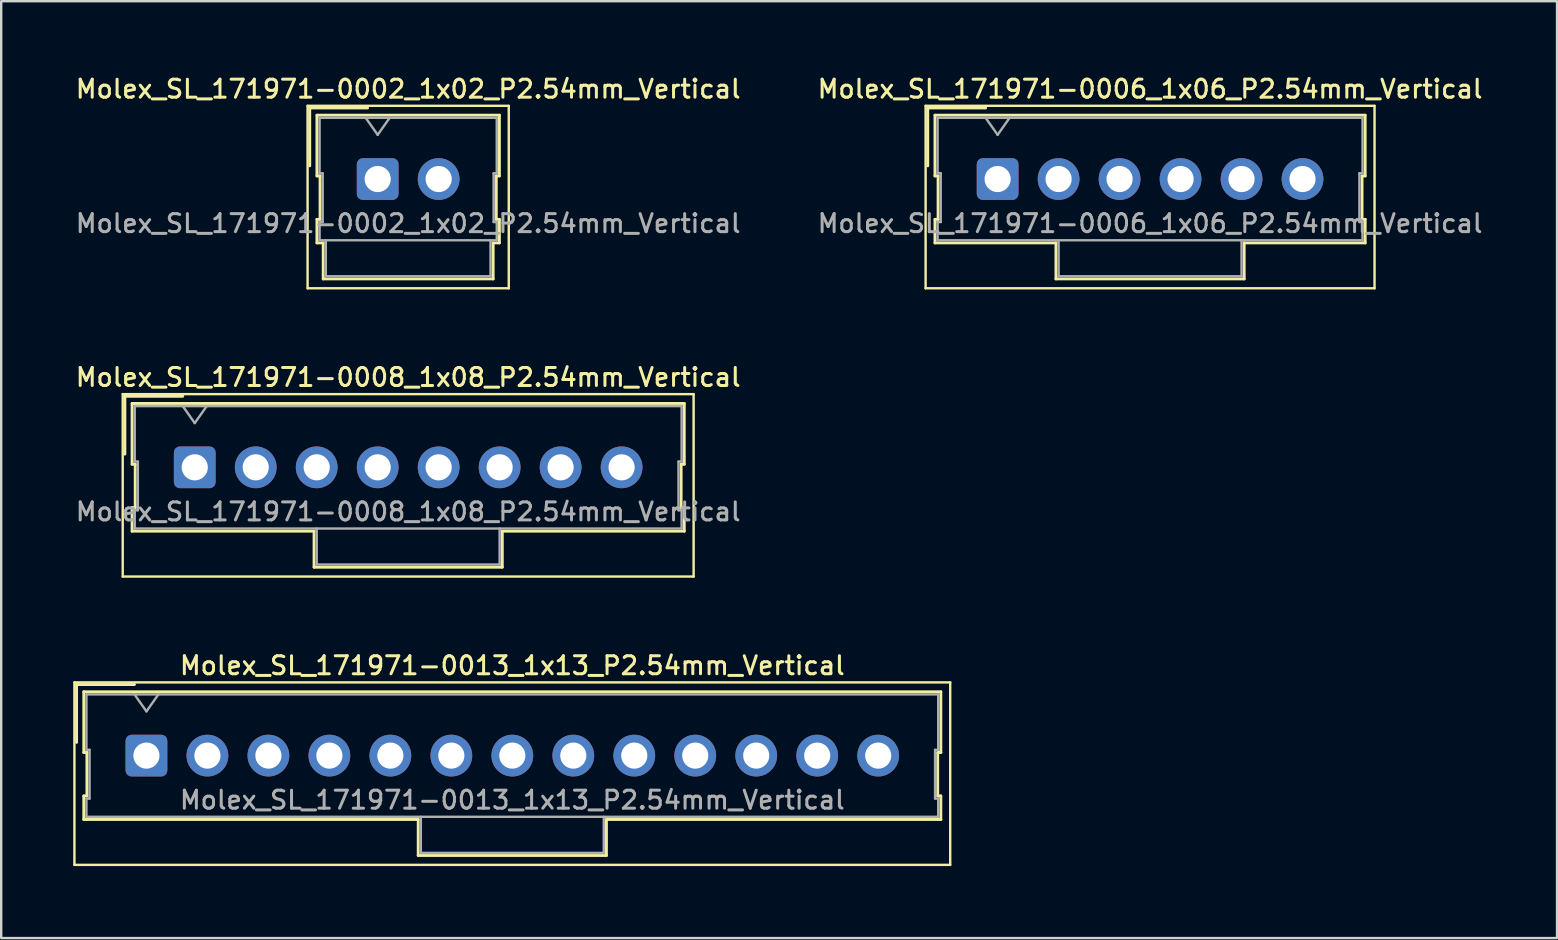
<source format=kicad_pcb>
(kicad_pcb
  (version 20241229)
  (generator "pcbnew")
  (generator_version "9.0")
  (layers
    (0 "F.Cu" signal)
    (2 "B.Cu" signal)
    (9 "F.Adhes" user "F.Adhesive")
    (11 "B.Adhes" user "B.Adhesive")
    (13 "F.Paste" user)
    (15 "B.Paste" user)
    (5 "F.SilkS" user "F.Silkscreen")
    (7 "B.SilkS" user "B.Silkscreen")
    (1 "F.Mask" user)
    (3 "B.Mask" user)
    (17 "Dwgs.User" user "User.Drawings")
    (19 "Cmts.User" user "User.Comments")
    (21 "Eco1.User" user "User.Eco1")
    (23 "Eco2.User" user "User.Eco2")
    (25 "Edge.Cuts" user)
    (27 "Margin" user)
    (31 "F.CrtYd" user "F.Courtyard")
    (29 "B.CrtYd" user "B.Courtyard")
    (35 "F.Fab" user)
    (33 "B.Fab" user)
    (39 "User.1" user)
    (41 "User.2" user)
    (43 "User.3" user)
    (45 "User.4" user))
  (footprint "Molex_SL_171971-0002_1x02_P2.54mm_Vertical"
    (layer "F.Cu")
    (at 12.682 4.408)
    (property "Reference" "Molex_SL_171971-0002_1x02_P2.54mm_Vertical" (at 1.27 -3.75 0) (layer "F.SilkS") (effects (font (size 0.75 0.75) (thickness 0.125))))
    (attr through_hole)
    (fp_line (start -2.92 -3.05) (end -2.92 4.55) (stroke (width 0.1) (type solid)) (layer "F.SilkS"))
    (fp_line (start -2.92 4.55) (end 5.46 4.55) (stroke (width 0.1) (type solid)) (layer "F.SilkS"))
    (fp_line (start -2.83 -2.96) (end -0.42 -2.96) (stroke (width 0.12) (type solid)) (layer "F.SilkS"))
    (fp_line (start -2.83 -0.55) (end -2.83 -2.96) (stroke (width 0.12) (type solid)) (layer "F.SilkS"))
    (fp_line (start -2.53 -2.66) (end -2.53 -0.13) (stroke (width 0.12) (type solid)) (layer "F.SilkS"))
    (fp_line (start -2.53 -0.13) (end -2.4 -0.13) (stroke (width 0.12) (type solid)) (layer "F.SilkS"))
    (fp_line (start -2.53 1.68) (end -2.53 2.66) (stroke (width 0.12) (type solid)) (layer "F.SilkS"))
    (fp_line (start -2.53 2.66) (end -2.27 2.66) (stroke (width 0.12) (type solid)) (layer "F.SilkS"))
    (fp_line (start -2.4 -0.13) (end -2.4 1.68) (stroke (width 0.12) (type solid)) (layer "F.SilkS"))
    (fp_line (start -2.4 1.68) (end -2.53 1.68) (stroke (width 0.12) (type solid)) (layer "F.SilkS"))
    (fp_line (start -2.27 2.66) (end -2.27 4.16) (stroke (width 0.12) (type solid)) (layer "F.SilkS"))
    (fp_line (start -2.27 4.16) (end 4.81 4.16) (stroke (width 0.12) (type solid)) (layer "F.SilkS"))
    (fp_line (start 4.81 2.66) (end 5.07 2.66) (stroke (width 0.12) (type solid)) (layer "F.SilkS"))
    (fp_line (start 4.81 4.16) (end 4.81 2.66) (stroke (width 0.12) (type solid)) (layer "F.SilkS"))
    (fp_line (start 4.94 -0.13) (end 5.07 -0.13) (stroke (width 0.12) (type solid)) (layer "F.SilkS"))
    (fp_line (start 4.94 1.68) (end 4.94 -0.13) (stroke (width 0.12) (type solid)) (layer "F.SilkS"))
    (fp_line (start 5.07 -2.66) (end -2.53 -2.66) (stroke (width 0.12) (type solid)) (layer "F.SilkS"))
    (fp_line (start 5.07 -0.13) (end 5.07 -2.66) (stroke (width 0.12) (type solid)) (layer "F.SilkS"))
    (fp_line (start 5.07 1.68) (end 4.94 1.68) (stroke (width 0.12) (type solid)) (layer "F.SilkS"))
    (fp_line (start 5.07 2.66) (end 5.07 1.68) (stroke (width 0.12) (type solid)) (layer "F.SilkS"))
    (fp_line (start 5.46 -3.05) (end -2.92 -3.05) (stroke (width 0.1) (type solid)) (layer "F.SilkS"))
    (fp_line (start 5.46 4.55) (end 5.46 -3.05) (stroke (width 0.1) (type solid)) (layer "F.SilkS"))
    (fp_line (start -2.42 -2.55) (end -2.42 -0.24) (stroke (width 0.1) (type solid)) (layer "F.Fab"))
    (fp_line (start -2.42 -0.24) (end -2.29 -0.24) (stroke (width 0.1) (type solid)) (layer "F.Fab"))
    (fp_line (start -2.42 1.79) (end -2.42 2.55) (stroke (width 0.1) (type solid)) (layer "F.Fab"))
    (fp_line (start -2.42 2.55) (end 4.96 2.55) (stroke (width 0.1) (type solid)) (layer "F.Fab"))
    (fp_line (start -2.29 -0.24) (end -2.29 1.79) (stroke (width 0.1) (type solid)) (layer "F.Fab"))
    (fp_line (start -2.29 1.79) (end -2.42 1.79) (stroke (width 0.1) (type solid)) (layer "F.Fab"))
    (fp_line (start -2.16 2.55) (end -2.16 4.05) (stroke (width 0.1) (type solid)) (layer "F.Fab"))
    (fp_line (start -2.16 4.05) (end 4.7 4.05) (stroke (width 0.1) (type solid)) (layer "F.Fab"))
    (fp_line (start 0 -1.843) (end -0.5 -2.55) (stroke (width 0.1) (type solid)) (layer "F.Fab"))
    (fp_line (start 0.5 -2.55) (end 0 -1.843) (stroke (width 0.1) (type solid)) (layer "F.Fab"))
    (fp_line (start 4.7 4.05) (end 4.7 2.55) (stroke (width 0.1) (type solid)) (layer "F.Fab"))
    (fp_line (start 4.83 -0.24) (end 4.96 -0.24) (stroke (width 0.1) (type solid)) (layer "F.Fab"))
    (fp_line (start 4.83 1.79) (end 4.83 -0.24) (stroke (width 0.1) (type solid)) (layer "F.Fab"))
    (fp_line (start 4.96 -2.55) (end -2.42 -2.55) (stroke (width 0.1) (type solid)) (layer "F.Fab"))
    (fp_line (start 4.96 -0.24) (end 4.96 -2.55) (stroke (width 0.1) (type solid)) (layer "F.Fab"))
    (fp_line (start 4.96 1.79) (end 4.83 1.79) (stroke (width 0.1) (type solid)) (layer "F.Fab"))
    (fp_line (start 4.96 2.55) (end 4.96 1.79) (stroke (width 0.1) (type solid)) (layer "F.Fab"))
    (fp_text user "${REFERENCE}" (at 1.27 1.85 0) (layer "F.Fab") (effects (font (size 0.75 0.75) (thickness 0.125))))
    (pad "1" thru_hole roundrect (at 0 0) (size 1.74 1.74) (drill 1.09) (layers "*.Cu" "*.Mask") (roundrect_rratio 0.144))
    (pad "2" thru_hole circle (at 2.54 0) (size 1.74 1.74) (drill 1.09) (layers "*.Cu" "*.Mask")))
  (footprint "Molex_SL_171971-0013_1x13_P2.54mm_Vertical"
    (layer "F.Cu")
    (at 3.05 28.424)
    (property "Reference" "Molex_SL_171971-0013_1x13_P2.54mm_Vertical" (at 15.24 -3.75 0) (layer "F.SilkS") (effects (font (size 0.75 0.75) (thickness 0.125))))
    (attr through_hole)
    (fp_line (start -3 -3.05) (end -3 4.55) (stroke (width 0.1) (type solid)) (layer "F.SilkS"))
    (fp_line (start -3 4.55) (end 33.48 4.55) (stroke (width 0.1) (type solid)) (layer "F.SilkS"))
    (fp_line (start -2.91 -2.96) (end -0.5 -2.96) (stroke (width 0.12) (type solid)) (layer "F.SilkS"))
    (fp_line (start -2.91 -0.55) (end -2.91 -2.96) (stroke (width 0.12) (type solid)) (layer "F.SilkS"))
    (fp_line (start -2.61 -2.66) (end -2.61 -0.13) (stroke (width 0.12) (type solid)) (layer "F.SilkS"))
    (fp_line (start -2.61 -0.13) (end -2.48 -0.13) (stroke (width 0.12) (type solid)) (layer "F.SilkS"))
    (fp_line (start -2.61 1.68) (end -2.61 2.66) (stroke (width 0.12) (type solid)) (layer "F.SilkS"))
    (fp_line (start -2.61 2.66) (end 11.32 2.66) (stroke (width 0.12) (type solid)) (layer "F.SilkS"))
    (fp_line (start -2.48 -0.13) (end -2.48 1.68) (stroke (width 0.12) (type solid)) (layer "F.SilkS"))
    (fp_line (start -2.48 1.68) (end -2.61 1.68) (stroke (width 0.12) (type solid)) (layer "F.SilkS"))
    (fp_line (start 11.32 2.66) (end 11.32 4.16) (stroke (width 0.12) (type solid)) (layer "F.SilkS"))
    (fp_line (start 11.32 4.16) (end 19.16 4.16) (stroke (width 0.12) (type solid)) (layer "F.SilkS"))
    (fp_line (start 19.16 2.66) (end 33.09 2.66) (stroke (width 0.12) (type solid)) (layer "F.SilkS"))
    (fp_line (start 19.16 4.16) (end 19.16 2.66) (stroke (width 0.12) (type solid)) (layer "F.SilkS"))
    (fp_line (start 32.96 -0.13) (end 33.09 -0.13) (stroke (width 0.12) (type solid)) (layer "F.SilkS"))
    (fp_line (start 32.96 1.68) (end 32.96 -0.13) (stroke (width 0.12) (type solid)) (layer "F.SilkS"))
    (fp_line (start 33.09 -2.66) (end -2.61 -2.66) (stroke (width 0.12) (type solid)) (layer "F.SilkS"))
    (fp_line (start 33.09 -0.13) (end 33.09 -2.66) (stroke (width 0.12) (type solid)) (layer "F.SilkS"))
    (fp_line (start 33.09 1.68) (end 32.96 1.68) (stroke (width 0.12) (type solid)) (layer "F.SilkS"))
    (fp_line (start 33.09 2.66) (end 33.09 1.68) (stroke (width 0.12) (type solid)) (layer "F.SilkS"))
    (fp_line (start 33.48 -3.05) (end -3 -3.05) (stroke (width 0.1) (type solid)) (layer "F.SilkS"))
    (fp_line (start 33.48 4.55) (end 33.48 -3.05) (stroke (width 0.1) (type solid)) (layer "F.SilkS"))
    (fp_line (start -2.5 -2.55) (end -2.5 -0.24) (stroke (width 0.1) (type solid)) (layer "F.Fab"))
    (fp_line (start -2.5 -0.24) (end -2.37 -0.24) (stroke (width 0.1) (type solid)) (layer "F.Fab"))
    (fp_line (start -2.5 1.79) (end -2.5 2.55) (stroke (width 0.1) (type solid)) (layer "F.Fab"))
    (fp_line (start -2.5 2.55) (end 32.98 2.55) (stroke (width 0.1) (type solid)) (layer "F.Fab"))
    (fp_line (start -2.37 -0.24) (end -2.37 1.79) (stroke (width 0.1) (type solid)) (layer "F.Fab"))
    (fp_line (start -2.37 1.79) (end -2.5 1.79) (stroke (width 0.1) (type solid)) (layer "F.Fab"))
    (fp_line (start 0 -1.843) (end -0.5 -2.55) (stroke (width 0.1) (type solid)) (layer "F.Fab"))
    (fp_line (start 0.5 -2.55) (end 0 -1.843) (stroke (width 0.1) (type solid)) (layer "F.Fab"))
    (fp_line (start 11.43 2.55) (end 11.43 4.05) (stroke (width 0.1) (type solid)) (layer "F.Fab"))
    (fp_line (start 11.43 4.05) (end 19.05 4.05) (stroke (width 0.1) (type solid)) (layer "F.Fab"))
    (fp_line (start 19.05 4.05) (end 19.05 2.55) (stroke (width 0.1) (type solid)) (layer "F.Fab"))
    (fp_line (start 32.85 -0.24) (end 32.98 -0.24) (stroke (width 0.1) (type solid)) (layer "F.Fab"))
    (fp_line (start 32.85 1.79) (end 32.85 -0.24) (stroke (width 0.1) (type solid)) (layer "F.Fab"))
    (fp_line (start 32.98 -2.55) (end -2.5 -2.55) (stroke (width 0.1) (type solid)) (layer "F.Fab"))
    (fp_line (start 32.98 -0.24) (end 32.98 -2.55) (stroke (width 0.1) (type solid)) (layer "F.Fab"))
    (fp_line (start 32.98 1.79) (end 32.85 1.79) (stroke (width 0.1) (type solid)) (layer "F.Fab"))
    (fp_line (start 32.98 2.55) (end 32.98 1.79) (stroke (width 0.1) (type solid)) (layer "F.Fab"))
    (fp_text user "${REFERENCE}" (at 15.24 1.85 0) (layer "F.Fab") (effects (font (size 0.75 0.75) (thickness 0.125))))
    (pad "1" thru_hole roundrect (at 0 0) (size 1.74 1.74) (drill 1.09) (layers "*.Cu" "*.Mask") (roundrect_rratio 0.144))
    (pad "2" thru_hole circle (at 2.54 0) (size 1.74 1.74) (drill 1.09) (layers "*.Cu" "*.Mask"))
    (pad "3" thru_hole circle (at 5.08 0) (size 1.74 1.74) (drill 1.09) (layers "*.Cu" "*.Mask"))
    (pad "4" thru_hole circle (at 7.62 0) (size 1.74 1.74) (drill 1.09) (layers "*.Cu" "*.Mask"))
    (pad "5" thru_hole circle (at 10.16 0) (size 1.74 1.74) (drill 1.09) (layers "*.Cu" "*.Mask"))
    (pad "6" thru_hole circle (at 12.7 0) (size 1.74 1.74) (drill 1.09) (layers "*.Cu" "*.Mask"))
    (pad "7" thru_hole circle (at 15.24 0) (size 1.74 1.74) (drill 1.09) (layers "*.Cu" "*.Mask"))
    (pad "8" thru_hole circle (at 17.78 0) (size 1.74 1.74) (drill 1.09) (layers "*.Cu" "*.Mask"))
    (pad "9" thru_hole circle (at 20.32 0) (size 1.74 1.74) (drill 1.09) (layers "*.Cu" "*.Mask"))
    (pad "10" thru_hole circle (at 22.86 0) (size 1.74 1.74) (drill 1.09) (layers "*.Cu" "*.Mask"))
    (pad "11" thru_hole circle (at 25.4 0) (size 1.74 1.74) (drill 1.09) (layers "*.Cu" "*.Mask"))
    (pad "12" thru_hole circle (at 27.94 0) (size 1.74 1.74) (drill 1.09) (layers "*.Cu" "*.Mask"))
    (pad "13" thru_hole circle (at 30.48 0) (size 1.74 1.74) (drill 1.09) (layers "*.Cu" "*.Mask")))
  (footprint "Molex_SL_171971-0006_1x06_P2.54mm_Vertical"
    (layer "F.Cu")
    (at 38.505 4.408)
    (property "Reference" "Molex_SL_171971-0006_1x06_P2.54mm_Vertical" (at 6.35 -3.75 0) (layer "F.SilkS") (effects (font (size 0.75 0.75) (thickness 0.125))))
    (attr through_hole)
    (fp_line (start -3 -3.05) (end -3 4.55) (stroke (width 0.1) (type solid)) (layer "F.SilkS"))
    (fp_line (start -3 4.55) (end 15.7 4.55) (stroke (width 0.1) (type solid)) (layer "F.SilkS"))
    (fp_line (start -2.91 -2.96) (end -0.5 -2.96) (stroke (width 0.12) (type solid)) (layer "F.SilkS"))
    (fp_line (start -2.91 -0.55) (end -2.91 -2.96) (stroke (width 0.12) (type solid)) (layer "F.SilkS"))
    (fp_line (start -2.61 -2.66) (end -2.61 -0.13) (stroke (width 0.12) (type solid)) (layer "F.SilkS"))
    (fp_line (start -2.61 -0.13) (end -2.48 -0.13) (stroke (width 0.12) (type solid)) (layer "F.SilkS"))
    (fp_line (start -2.61 1.68) (end -2.61 2.66) (stroke (width 0.12) (type solid)) (layer "F.SilkS"))
    (fp_line (start -2.61 2.66) (end 2.43 2.66) (stroke (width 0.12) (type solid)) (layer "F.SilkS"))
    (fp_line (start -2.48 -0.13) (end -2.48 1.68) (stroke (width 0.12) (type solid)) (layer "F.SilkS"))
    (fp_line (start -2.48 1.68) (end -2.61 1.68) (stroke (width 0.12) (type solid)) (layer "F.SilkS"))
    (fp_line (start 2.43 2.66) (end 2.43 4.16) (stroke (width 0.12) (type solid)) (layer "F.SilkS"))
    (fp_line (start 2.43 4.16) (end 10.27 4.16) (stroke (width 0.12) (type solid)) (layer "F.SilkS"))
    (fp_line (start 10.27 2.66) (end 15.31 2.66) (stroke (width 0.12) (type solid)) (layer "F.SilkS"))
    (fp_line (start 10.27 4.16) (end 10.27 2.66) (stroke (width 0.12) (type solid)) (layer "F.SilkS"))
    (fp_line (start 15.18 -0.13) (end 15.31 -0.13) (stroke (width 0.12) (type solid)) (layer "F.SilkS"))
    (fp_line (start 15.18 1.68) (end 15.18 -0.13) (stroke (width 0.12) (type solid)) (layer "F.SilkS"))
    (fp_line (start 15.31 -2.66) (end -2.61 -2.66) (stroke (width 0.12) (type solid)) (layer "F.SilkS"))
    (fp_line (start 15.31 -0.13) (end 15.31 -2.66) (stroke (width 0.12) (type solid)) (layer "F.SilkS"))
    (fp_line (start 15.31 1.68) (end 15.18 1.68) (stroke (width 0.12) (type solid)) (layer "F.SilkS"))
    (fp_line (start 15.31 2.66) (end 15.31 1.68) (stroke (width 0.12) (type solid)) (layer "F.SilkS"))
    (fp_line (start 15.7 -3.05) (end -3 -3.05) (stroke (width 0.1) (type solid)) (layer "F.SilkS"))
    (fp_line (start 15.7 4.55) (end 15.7 -3.05) (stroke (width 0.1) (type solid)) (layer "F.SilkS"))
    (fp_line (start -2.5 -2.55) (end -2.5 -0.24) (stroke (width 0.1) (type solid)) (layer "F.Fab"))
    (fp_line (start -2.5 -0.24) (end -2.37 -0.24) (stroke (width 0.1) (type solid)) (layer "F.Fab"))
    (fp_line (start -2.5 1.79) (end -2.5 2.55) (stroke (width 0.1) (type solid)) (layer "F.Fab"))
    (fp_line (start -2.5 2.55) (end 15.2 2.55) (stroke (width 0.1) (type solid)) (layer "F.Fab"))
    (fp_line (start -2.37 -0.24) (end -2.37 1.79) (stroke (width 0.1) (type solid)) (layer "F.Fab"))
    (fp_line (start -2.37 1.79) (end -2.5 1.79) (stroke (width 0.1) (type solid)) (layer "F.Fab"))
    (fp_line (start 0 -1.843) (end -0.5 -2.55) (stroke (width 0.1) (type solid)) (layer "F.Fab"))
    (fp_line (start 0.5 -2.55) (end 0 -1.843) (stroke (width 0.1) (type solid)) (layer "F.Fab"))
    (fp_line (start 2.54 2.55) (end 2.54 4.05) (stroke (width 0.1) (type solid)) (layer "F.Fab"))
    (fp_line (start 2.54 4.05) (end 10.16 4.05) (stroke (width 0.1) (type solid)) (layer "F.Fab"))
    (fp_line (start 10.16 4.05) (end 10.16 2.55) (stroke (width 0.1) (type solid)) (layer "F.Fab"))
    (fp_line (start 15.07 -0.24) (end 15.2 -0.24) (stroke (width 0.1) (type solid)) (layer "F.Fab"))
    (fp_line (start 15.07 1.79) (end 15.07 -0.24) (stroke (width 0.1) (type solid)) (layer "F.Fab"))
    (fp_line (start 15.2 -2.55) (end -2.5 -2.55) (stroke (width 0.1) (type solid)) (layer "F.Fab"))
    (fp_line (start 15.2 -0.24) (end 15.2 -2.55) (stroke (width 0.1) (type solid)) (layer "F.Fab"))
    (fp_line (start 15.2 1.79) (end 15.07 1.79) (stroke (width 0.1) (type solid)) (layer "F.Fab"))
    (fp_line (start 15.2 2.55) (end 15.2 1.79) (stroke (width 0.1) (type solid)) (layer "F.Fab"))
    (fp_text user "${REFERENCE}" (at 6.35 1.85 0) (layer "F.Fab") (effects (font (size 0.75 0.75) (thickness 0.125))))
    (pad "1" thru_hole roundrect (at 0 0) (size 1.74 1.74) (drill 1.09) (layers "*.Cu" "*.Mask") (roundrect_rratio 0.144))
    (pad "2" thru_hole circle (at 2.54 0) (size 1.74 1.74) (drill 1.09) (layers "*.Cu" "*.Mask"))
    (pad "3" thru_hole circle (at 5.08 0) (size 1.74 1.74) (drill 1.09) (layers "*.Cu" "*.Mask"))
    (pad "4" thru_hole circle (at 7.62 0) (size 1.74 1.74) (drill 1.09) (layers "*.Cu" "*.Mask"))
    (pad "5" thru_hole circle (at 10.16 0) (size 1.74 1.74) (drill 1.09) (layers "*.Cu" "*.Mask"))
    (pad "6" thru_hole circle (at 12.7 0) (size 1.74 1.74) (drill 1.09) (layers "*.Cu" "*.Mask")))
  (footprint "Molex_SL_171971-0008_1x08_P2.54mm_Vertical"
    (layer "F.Cu")
    (at 5.062 16.416)
    (property "Reference" "Molex_SL_171971-0008_1x08_P2.54mm_Vertical" (at 8.89 -3.75 0) (layer "F.SilkS") (effects (font (size 0.75 0.75) (thickness 0.125))))
    (attr through_hole)
    (fp_line (start -3 -3.05) (end -3 4.55) (stroke (width 0.1) (type solid)) (layer "F.SilkS"))
    (fp_line (start -3 4.55) (end 20.78 4.55) (stroke (width 0.1) (type solid)) (layer "F.SilkS"))
    (fp_line (start -2.91 -2.96) (end -0.5 -2.96) (stroke (width 0.12) (type solid)) (layer "F.SilkS"))
    (fp_line (start -2.91 -0.55) (end -2.91 -2.96) (stroke (width 0.12) (type solid)) (layer "F.SilkS"))
    (fp_line (start -2.61 -2.66) (end -2.61 -0.13) (stroke (width 0.12) (type solid)) (layer "F.SilkS"))
    (fp_line (start -2.61 -0.13) (end -2.48 -0.13) (stroke (width 0.12) (type solid)) (layer "F.SilkS"))
    (fp_line (start -2.61 1.68) (end -2.61 2.66) (stroke (width 0.12) (type solid)) (layer "F.SilkS"))
    (fp_line (start -2.61 2.66) (end 4.97 2.66) (stroke (width 0.12) (type solid)) (layer "F.SilkS"))
    (fp_line (start -2.48 -0.13) (end -2.48 1.68) (stroke (width 0.12) (type solid)) (layer "F.SilkS"))
    (fp_line (start -2.48 1.68) (end -2.61 1.68) (stroke (width 0.12) (type solid)) (layer "F.SilkS"))
    (fp_line (start 4.97 2.66) (end 4.97 4.16) (stroke (width 0.12) (type solid)) (layer "F.SilkS"))
    (fp_line (start 4.97 4.16) (end 12.81 4.16) (stroke (width 0.12) (type solid)) (layer "F.SilkS"))
    (fp_line (start 12.81 2.66) (end 20.39 2.66) (stroke (width 0.12) (type solid)) (layer "F.SilkS"))
    (fp_line (start 12.81 4.16) (end 12.81 2.66) (stroke (width 0.12) (type solid)) (layer "F.SilkS"))
    (fp_line (start 20.26 -0.13) (end 20.39 -0.13) (stroke (width 0.12) (type solid)) (layer "F.SilkS"))
    (fp_line (start 20.26 1.68) (end 20.26 -0.13) (stroke (width 0.12) (type solid)) (layer "F.SilkS"))
    (fp_line (start 20.39 -2.66) (end -2.61 -2.66) (stroke (width 0.12) (type solid)) (layer "F.SilkS"))
    (fp_line (start 20.39 -0.13) (end 20.39 -2.66) (stroke (width 0.12) (type solid)) (layer "F.SilkS"))
    (fp_line (start 20.39 1.68) (end 20.26 1.68) (stroke (width 0.12) (type solid)) (layer "F.SilkS"))
    (fp_line (start 20.39 2.66) (end 20.39 1.68) (stroke (width 0.12) (type solid)) (layer "F.SilkS"))
    (fp_line (start 20.78 -3.05) (end -3 -3.05) (stroke (width 0.1) (type solid)) (layer "F.SilkS"))
    (fp_line (start 20.78 4.55) (end 20.78 -3.05) (stroke (width 0.1) (type solid)) (layer "F.SilkS"))
    (fp_line (start -2.5 -2.55) (end -2.5 -0.24) (stroke (width 0.1) (type solid)) (layer "F.Fab"))
    (fp_line (start -2.5 -0.24) (end -2.37 -0.24) (stroke (width 0.1) (type solid)) (layer "F.Fab"))
    (fp_line (start -2.5 1.79) (end -2.5 2.55) (stroke (width 0.1) (type solid)) (layer "F.Fab"))
    (fp_line (start -2.5 2.55) (end 20.28 2.55) (stroke (width 0.1) (type solid)) (layer "F.Fab"))
    (fp_line (start -2.37 -0.24) (end -2.37 1.79) (stroke (width 0.1) (type solid)) (layer "F.Fab"))
    (fp_line (start -2.37 1.79) (end -2.5 1.79) (stroke (width 0.1) (type solid)) (layer "F.Fab"))
    (fp_line (start 0 -1.843) (end -0.5 -2.55) (stroke (width 0.1) (type solid)) (layer "F.Fab"))
    (fp_line (start 0.5 -2.55) (end 0 -1.843) (stroke (width 0.1) (type solid)) (layer "F.Fab"))
    (fp_line (start 5.08 2.55) (end 5.08 4.05) (stroke (width 0.1) (type solid)) (layer "F.Fab"))
    (fp_line (start 5.08 4.05) (end 12.7 4.05) (stroke (width 0.1) (type solid)) (layer "F.Fab"))
    (fp_line (start 12.7 4.05) (end 12.7 2.55) (stroke (width 0.1) (type solid)) (layer "F.Fab"))
    (fp_line (start 20.15 -0.24) (end 20.28 -0.24) (stroke (width 0.1) (type solid)) (layer "F.Fab"))
    (fp_line (start 20.15 1.79) (end 20.15 -0.24) (stroke (width 0.1) (type solid)) (layer "F.Fab"))
    (fp_line (start 20.28 -2.55) (end -2.5 -2.55) (stroke (width 0.1) (type solid)) (layer "F.Fab"))
    (fp_line (start 20.28 -0.24) (end 20.28 -2.55) (stroke (width 0.1) (type solid)) (layer "F.Fab"))
    (fp_line (start 20.28 1.79) (end 20.15 1.79) (stroke (width 0.1) (type solid)) (layer "F.Fab"))
    (fp_line (start 20.28 2.55) (end 20.28 1.79) (stroke (width 0.1) (type solid)) (layer "F.Fab"))
    (fp_text user "${REFERENCE}" (at 8.89 1.85 0) (layer "F.Fab") (effects (font (size 0.75 0.75) (thickness 0.125))))
    (pad "1" thru_hole roundrect (at 0 0) (size 1.74 1.74) (drill 1.09) (layers "*.Cu" "*.Mask") (roundrect_rratio 0.144))
    (pad "2" thru_hole circle (at 2.54 0) (size 1.74 1.74) (drill 1.09) (layers "*.Cu" "*.Mask"))
    (pad "3" thru_hole circle (at 5.08 0) (size 1.74 1.74) (drill 1.09) (layers "*.Cu" "*.Mask"))
    (pad "4" thru_hole circle (at 7.62 0) (size 1.74 1.74) (drill 1.09) (layers "*.Cu" "*.Mask"))
    (pad "5" thru_hole circle (at 10.16 0) (size 1.74 1.74) (drill 1.09) (layers "*.Cu" "*.Mask"))
    (pad "6" thru_hole circle (at 12.7 0) (size 1.74 1.74) (drill 1.09) (layers "*.Cu" "*.Mask"))
    (pad "7" thru_hole circle (at 15.24 0) (size 1.74 1.74) (drill 1.09) (layers "*.Cu" "*.Mask"))
    (pad "8" thru_hole circle (at 17.78 0) (size 1.74 1.74) (drill 1.09) (layers "*.Cu" "*.Mask")))
  (gr_rect
    (start -3 -3)
    (end 61.807 36.024)
    (stroke (width 0.1) (type default))
    (fill no)
    (layer "Edge.Cuts")))
</source>
